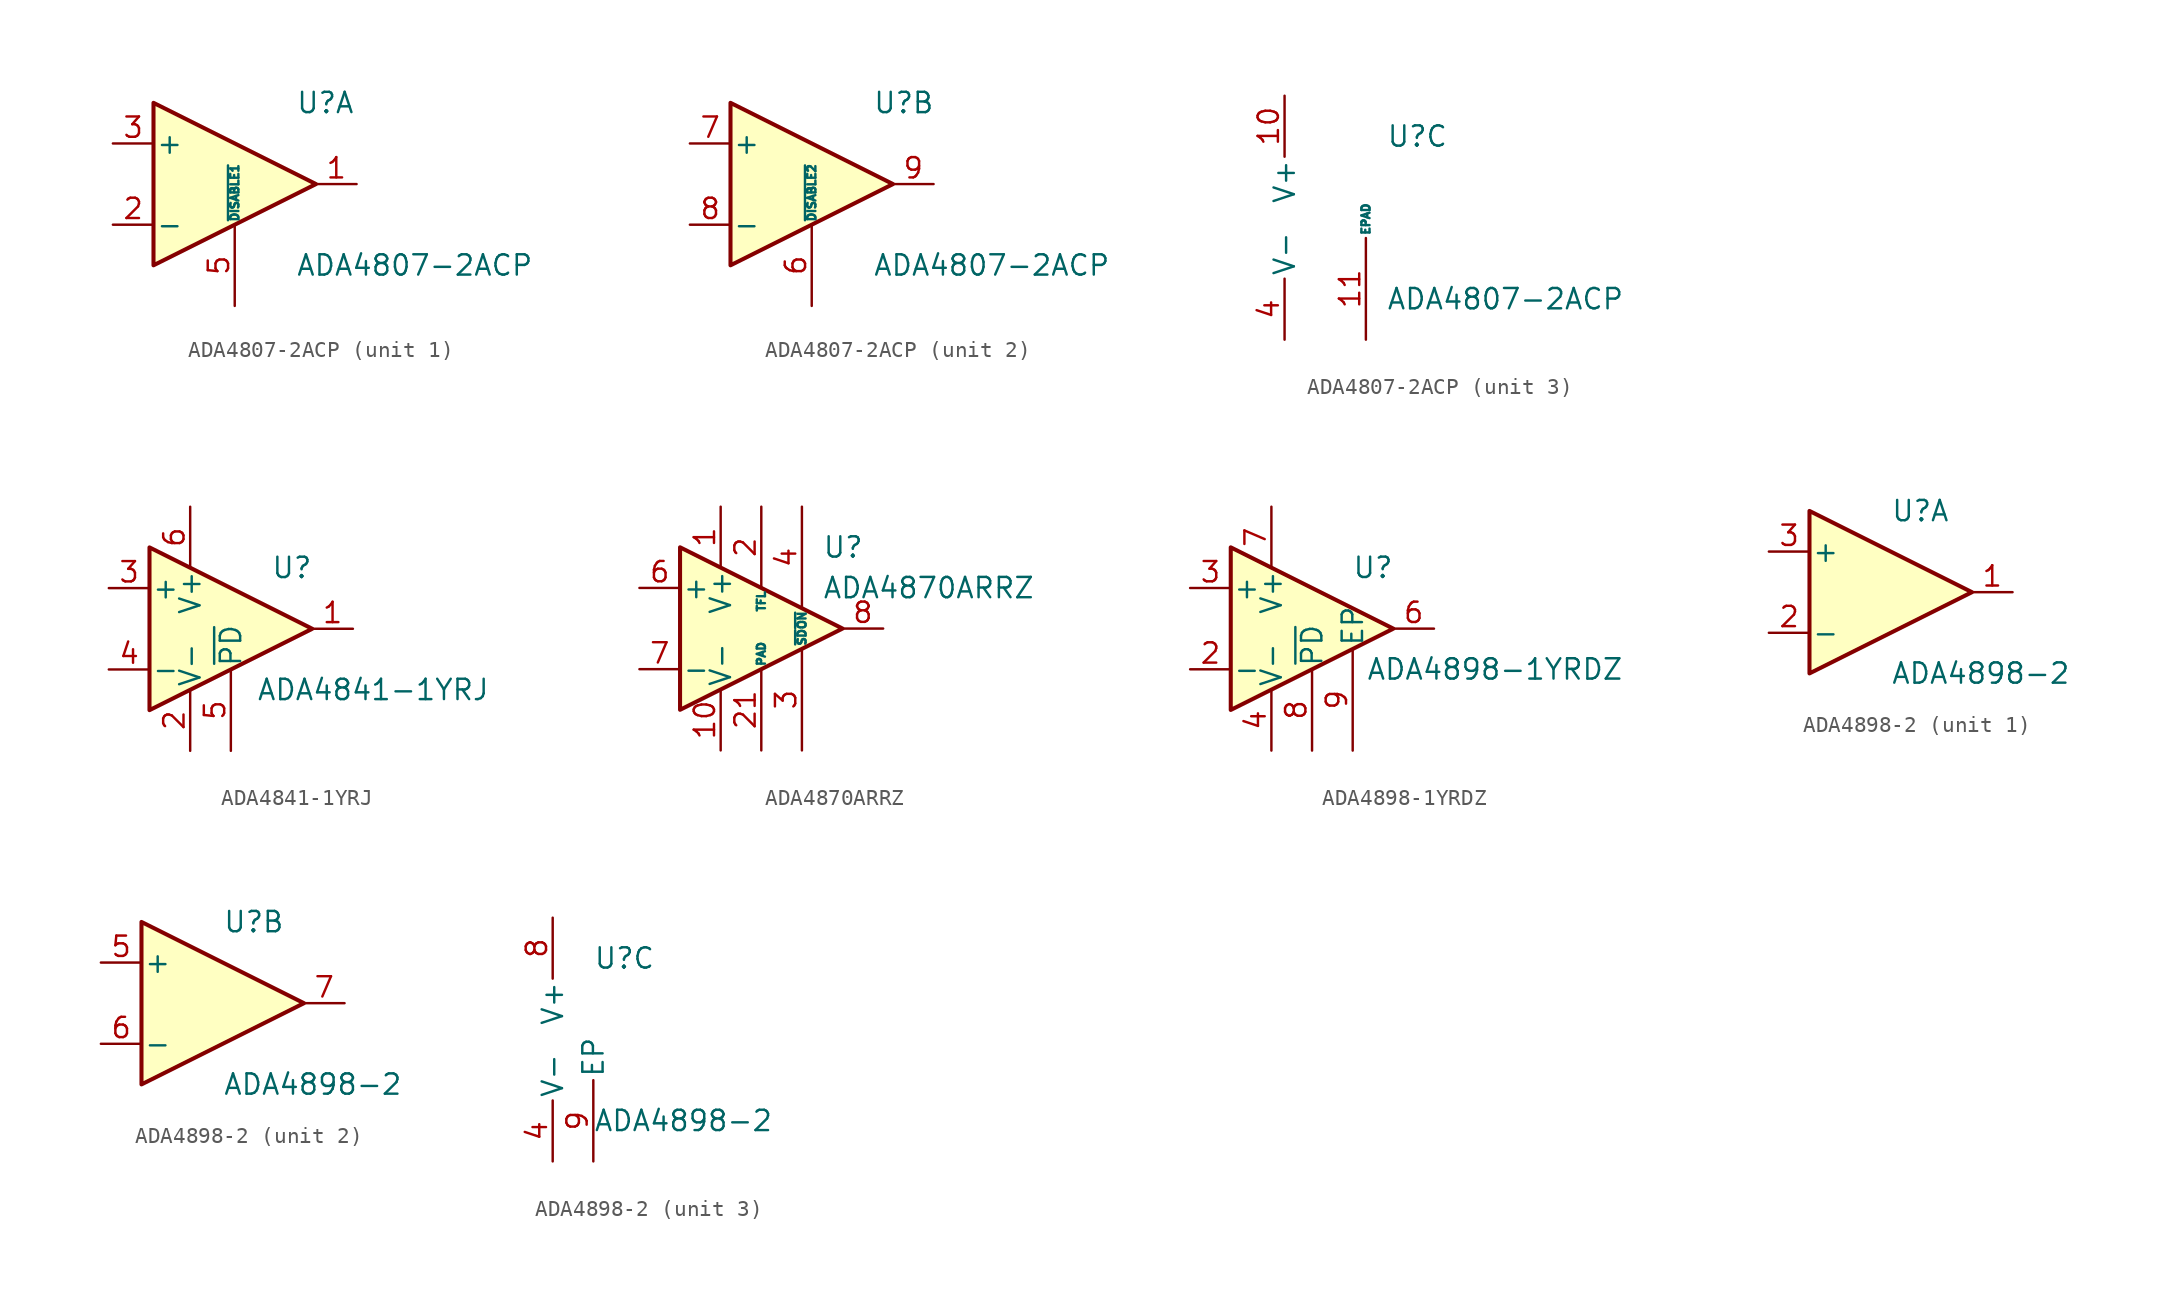
<source format=kicad_sym>
(kicad_symbol_lib
  (version 20201005)
  (generator kicad_symbol_editor)
  (symbol "Amplifier_Operational:ADA4807-2ACP"
    (pin_names
      (offset 0.127))
    (property "Reference" "U"
      (at 3.81 5.08 0)
      (effects (font (size 1.27 1.27)) (justify left)))
    (property "Value" "ADA4807-2ACP"
      (at 3.81 -5.08 0)
      (effects (font (size 1.27 1.27)) (justify left)))
    (property "ki_locked" ""
      (at 0 0 0)
      (effects (font (size 1.27 1.27))))
    (symbol "ADA4807-2ACP_1_1"
      (polyline (pts (xy -5.08 5.08) (xy 5.08 0) (xy -5.08 -5.08) (xy -5.08 5.08)) (stroke (width 0.254)) (fill (type background)))
      (pin output line (at 7.62 0 180) (length 2.54) (name "~" (effects (font (size 1.27 1.27)))) (number "1" (effects (font (size 1.27 1.27)))))
      (pin input line (at -7.62 -2.54 0) (length 2.54) (name "-" (effects (font (size 1.27 1.27)))) (number "2" (effects (font (size 1.27 1.27)))))
      (pin input line (at -7.62 2.54 0) (length 2.54) (name "+" (effects (font (size 1.27 1.27)))) (number "3" (effects (font (size 1.27 1.27)))))
      (pin input line (at 0 -7.62 90) (length 5.08) (name "~DISABLE1" (effects (font (size 0.508 0.508)))) (number "5" (effects (font (size 1.27 1.27))))))
    (symbol "ADA4807-2ACP_2_1"
      (polyline (pts (xy -5.08 5.08) (xy 5.08 0) (xy -5.08 -5.08) (xy -5.08 5.08)) (stroke (width 0.254)) (fill (type background)))
      (pin input line (at 0 -7.62 90) (length 5.08) (name "~DISABLE2" (effects (font (size 0.508 0.508)))) (number "6" (effects (font (size 1.27 1.27)))))
      (pin input line (at -7.62 2.54 0) (length 2.54) (name "+" (effects (font (size 1.27 1.27)))) (number "7" (effects (font (size 1.27 1.27)))))
      (pin input line (at -7.62 -2.54 0) (length 2.54) (name "-" (effects (font (size 1.27 1.27)))) (number "8" (effects (font (size 1.27 1.27)))))
      (pin output line (at 7.62 0 180) (length 2.54) (name "~" (effects (font (size 1.27 1.27)))) (number "9" (effects (font (size 1.27 1.27))))))
    (symbol "ADA4807-2ACP_3_1"
      (pin power_in line (at -2.54 7.62 270) (length 3.81) (name "V+" (effects (font (size 1.27 1.27)))) (number "10" (effects (font (size 1.27 1.27)))))
      (pin power_in line (at 2.54 -7.62 90) (length 6.35) (name "EPAD" (effects (font (size 0.508 0.508)))) (number "11" (effects (font (size 1.27 1.27)))))
      (pin power_in line (at -2.54 -7.62 90) (length 3.81) (name "V-" (effects (font (size 1.27 1.27)))) (number "4" (effects (font (size 1.27 1.27)))))))
  (symbol "Amplifier_Operational:ADA4841-1YRJ"
    (pin_names
      (offset 0.127))
    (property "Reference" "U"
      (at 3.81 3.81 0)
      (effects (font (size 1.27 1.27))))
    (property "Value" "ADA4841-1YRJ"
      (at 8.89 -3.81 0)
      (effects (font (size 1.27 1.27))))
    (symbol "ADA4841-1YRJ_1_1"
      (polyline (pts (xy -5.08 5.08) (xy 5.08 0) (xy -5.08 -5.08) (xy -5.08 5.08)) (stroke (width 0.254)) (fill (type background)))
      (pin output line (at 7.62 0 180) (length 2.54) (name "~" (effects (font (size 1.27 1.27)))) (number "1" (effects (font (size 1.27 1.27)))))
      (pin power_in line (at -2.54 -7.62 90) (length 3.81) (name "V-" (effects (font (size 1.27 1.27)))) (number "2" (effects (font (size 1.27 1.27)))))
      (pin input line (at -7.62 2.54 0) (length 2.54) (name "+" (effects (font (size 1.27 1.27)))) (number "3" (effects (font (size 1.27 1.27)))))
      (pin input line (at -7.62 -2.54 0) (length 2.54) (name "-" (effects (font (size 1.27 1.27)))) (number "4" (effects (font (size 1.27 1.27)))))
      (pin input line (at 0 -7.62 90) (length 5.08) (name "~PD" (effects (font (size 1.27 1.27)))) (number "5" (effects (font (size 1.27 1.27)))))
      (pin power_in line (at -2.54 7.62 270) (length 3.81) (name "V+" (effects (font (size 1.27 1.27)))) (number "6" (effects (font (size 1.27 1.27)))))))
  (symbol "Amplifier_Operational:ADA4870ARRZ"
    (pin_names
      (offset 0.127))
    (property "Reference" "U"
      (at 3.81 5.08 0)
      (effects (font (size 1.27 1.27)) (justify left)))
    (property "Value" "ADA4870ARRZ"
      (at 3.81 2.54 0)
      (effects (font (size 1.27 1.27)) (justify left)))
    (symbol "ADA4870ARRZ_0_1"
      (polyline (pts (xy -5.08 5.08) (xy 5.08 0) (xy -5.08 -5.08) (xy -5.08 5.08)) (stroke (width 0.254)) (fill (type background))))
    (symbol "ADA4870ARRZ_1_1"
      (pin power_in line (at -2.54 7.62 270) (length 3.81) (name "V+" (effects (font (size 1.27 1.27)))) (number "1" (effects (font (size 1.27 1.27)))))
      (pin power_in line (at -2.54 -7.62 90) (length 3.81) (name "V-" (effects (font (size 1.27 1.27)))) (number "10" (effects (font (size 1.27 1.27)))))
      (pin passive line (at -2.54 -7.62 90) (length 3.81) hide (name "V-" (effects (font (size 1.27 1.27)))) (number "11" (effects (font (size 1.27 1.27)))))
      (pin passive line (at -2.54 -7.62 90) (length 3.81) hide (name "V-" (effects (font (size 1.27 1.27)))) (number "12" (effects (font (size 1.27 1.27)))))
      (pin passive line (at -2.54 -7.62 90) (length 3.81) hide (name "V-" (effects (font (size 1.27 1.27)))) (number "13" (effects (font (size 1.27 1.27)))))
      (pin passive line (at 7.62 0 180) (length 2.54) hide (name "~" (effects (font (size 1.27 1.27)))) (number "14" (effects (font (size 1.27 1.27)))))
      (pin passive line (at 7.62 0 180) (length 2.54) hide (name "~" (effects (font (size 1.27 1.27)))) (number "15" (effects (font (size 1.27 1.27)))))
      (pin passive line (at 7.62 0 180) (length 2.54) hide (name "~" (effects (font (size 1.27 1.27)))) (number "16" (effects (font (size 1.27 1.27)))))
      (pin passive line (at 7.62 0 180) (length 2.54) hide (name "~" (effects (font (size 1.27 1.27)))) (number "17" (effects (font (size 1.27 1.27)))))
      (pin passive line (at -2.54 7.62 270) (length 3.81) hide (name "V+" (effects (font (size 1.27 1.27)))) (number "18" (effects (font (size 1.27 1.27)))))
      (pin passive line (at -2.54 7.62 270) (length 3.81) hide (name "V+" (effects (font (size 1.27 1.27)))) (number "19" (effects (font (size 1.27 1.27)))))
      (pin passive line (at 0 7.62 270) (length 5.08) (name "TFL" (effects (font (size 0.508 0.508)))) (number "2" (effects (font (size 1.27 1.27)))))
      (pin passive line (at -2.54 7.62 270) (length 3.81) hide (name "V+" (effects (font (size 1.27 1.27)))) (number "20" (effects (font (size 1.27 1.27)))))
      (pin passive line (at 0 -7.62 90) (length 5.08) (name "PAD" (effects (font (size 0.508 0.508)))) (number "21" (effects (font (size 1.27 1.27)))))
      (pin input line (at 2.54 -7.62 90) (length 6.35) (name "~SD" (effects (font (size 0.508 0.508)))) (number "3" (effects (font (size 1.27 1.27)))))
      (pin input line (at 2.54 7.62 270) (length 6.35) (name "~ON" (effects (font (size 0.508 0.508)))) (number "4" (effects (font (size 1.27 1.27)))))
      (pin no_connect line (at -5.08 -5.08 90) (length 2.54) hide (name "NC" (effects (font (size 1.27 1.27)))) (number "5" (effects (font (size 1.27 1.27)))))
      (pin input line (at -7.62 2.54 0) (length 2.54) (name "+" (effects (font (size 1.27 1.27)))) (number "6" (effects (font (size 1.27 1.27)))))
      (pin input line (at -7.62 -2.54 0) (length 2.54) (name "-" (effects (font (size 1.27 1.27)))) (number "7" (effects (font (size 1.27 1.27)))))
      (pin output line (at 7.62 0 180) (length 2.54) (name "~" (effects (font (size 1.27 1.27)))) (number "8" (effects (font (size 1.27 1.27)))))
      (pin no_connect line (at -5.08 5.08 270) (length 2.54) hide (name "NC" (effects (font (size 1.27 1.27)))) (number "9" (effects (font (size 1.27 1.27)))))))
  (symbol "Amplifier_Operational:ADA4898-1YRDZ"
    (pin_names
      (offset 0.127))
    (property "Reference" "U"
      (at 3.81 3.81 0)
      (effects (font (size 1.27 1.27))))
    (property "Value" "ADA4898-1YRDZ"
      (at 11.43 -2.54 0)
      (effects (font (size 1.27 1.27))))
    (symbol "ADA4898-1YRDZ_1_1"
      (polyline (pts (xy -5.08 5.08) (xy 5.08 0) (xy -5.08 -5.08) (xy -5.08 5.08)) (stroke (width 0.254)) (fill (type background)))
      (pin input line (at -7.62 -2.54 0) (length 2.54) (name "-" (effects (font (size 1.27 1.27)))) (number "2" (effects (font (size 1.27 1.27)))))
      (pin input line (at -7.62 2.54 0) (length 2.54) (name "+" (effects (font (size 1.27 1.27)))) (number "3" (effects (font (size 1.27 1.27)))))
      (pin power_in line (at -2.54 -7.62 90) (length 3.81) (name "V-" (effects (font (size 1.27 1.27)))) (number "4" (effects (font (size 1.27 1.27)))))
      (pin output line (at 7.62 0 180) (length 2.54) (name "~" (effects (font (size 1.27 1.27)))) (number "6" (effects (font (size 1.27 1.27)))))
      (pin power_in line (at -2.54 7.62 270) (length 3.81) (name "V+" (effects (font (size 1.27 1.27)))) (number "7" (effects (font (size 1.27 1.27)))))
      (pin input line (at 0 -7.62 90) (length 5.08) (name "~PD" (effects (font (size 1.27 1.27)))) (number "8" (effects (font (size 1.27 1.27)))))
      (pin passive line (at 2.54 -7.62 90) (length 6.35) (name "EP" (effects (font (size 1.27 1.27)))) (number "9" (effects (font (size 1.27 1.27)))))))
  (symbol "Amplifier_Operational:ADA4898-2"
    (pin_names
      (offset 0.127))
    (property "Reference" "U"
      (at 0 5.08 0)
      (effects (font (size 1.27 1.27)) (justify left)))
    (property "Value" "ADA4898-2"
      (at 0 -5.08 0)
      (effects (font (size 1.27 1.27)) (justify left)))
    (property "ki_locked" ""
      (at 0 0 0)
      (effects (font (size 1.27 1.27))))
    (symbol "ADA4898-2_1_1"
      (polyline (pts (xy -5.08 5.08) (xy 5.08 0) (xy -5.08 -5.08) (xy -5.08 5.08)) (stroke (width 0.254)) (fill (type background)))
      (pin output line (at 7.62 0 180) (length 2.54) (name "~" (effects (font (size 1.27 1.27)))) (number "1" (effects (font (size 1.27 1.27)))))
      (pin input line (at -7.62 -2.54 0) (length 2.54) (name "-" (effects (font (size 1.27 1.27)))) (number "2" (effects (font (size 1.27 1.27)))))
      (pin input line (at -7.62 2.54 0) (length 2.54) (name "+" (effects (font (size 1.27 1.27)))) (number "3" (effects (font (size 1.27 1.27))))))
    (symbol "ADA4898-2_2_1"
      (polyline (pts (xy -5.08 5.08) (xy 5.08 0) (xy -5.08 -5.08) (xy -5.08 5.08)) (stroke (width 0.254)) (fill (type background)))
      (pin input line (at -7.62 2.54 0) (length 2.54) (name "+" (effects (font (size 1.27 1.27)))) (number "5" (effects (font (size 1.27 1.27)))))
      (pin input line (at -7.62 -2.54 0) (length 2.54) (name "-" (effects (font (size 1.27 1.27)))) (number "6" (effects (font (size 1.27 1.27)))))
      (pin output line (at 7.62 0 180) (length 2.54) (name "~" (effects (font (size 1.27 1.27)))) (number "7" (effects (font (size 1.27 1.27))))))
    (symbol "ADA4898-2_3_1"
      (pin power_in line (at -2.54 -7.62 90) (length 3.81) (name "V-" (effects (font (size 1.27 1.27)))) (number "4" (effects (font (size 1.27 1.27)))))
      (pin power_in line (at -2.54 7.62 270) (length 3.81) (name "V+" (effects (font (size 1.27 1.27)))) (number "8" (effects (font (size 1.27 1.27)))))
      (pin passive line (at 0 -7.62 90) (length 5.08) (name "EP" (effects (font (size 1.27 1.27)))) (number "9" (effects (font (size 1.27 1.27))))))))
</source>
